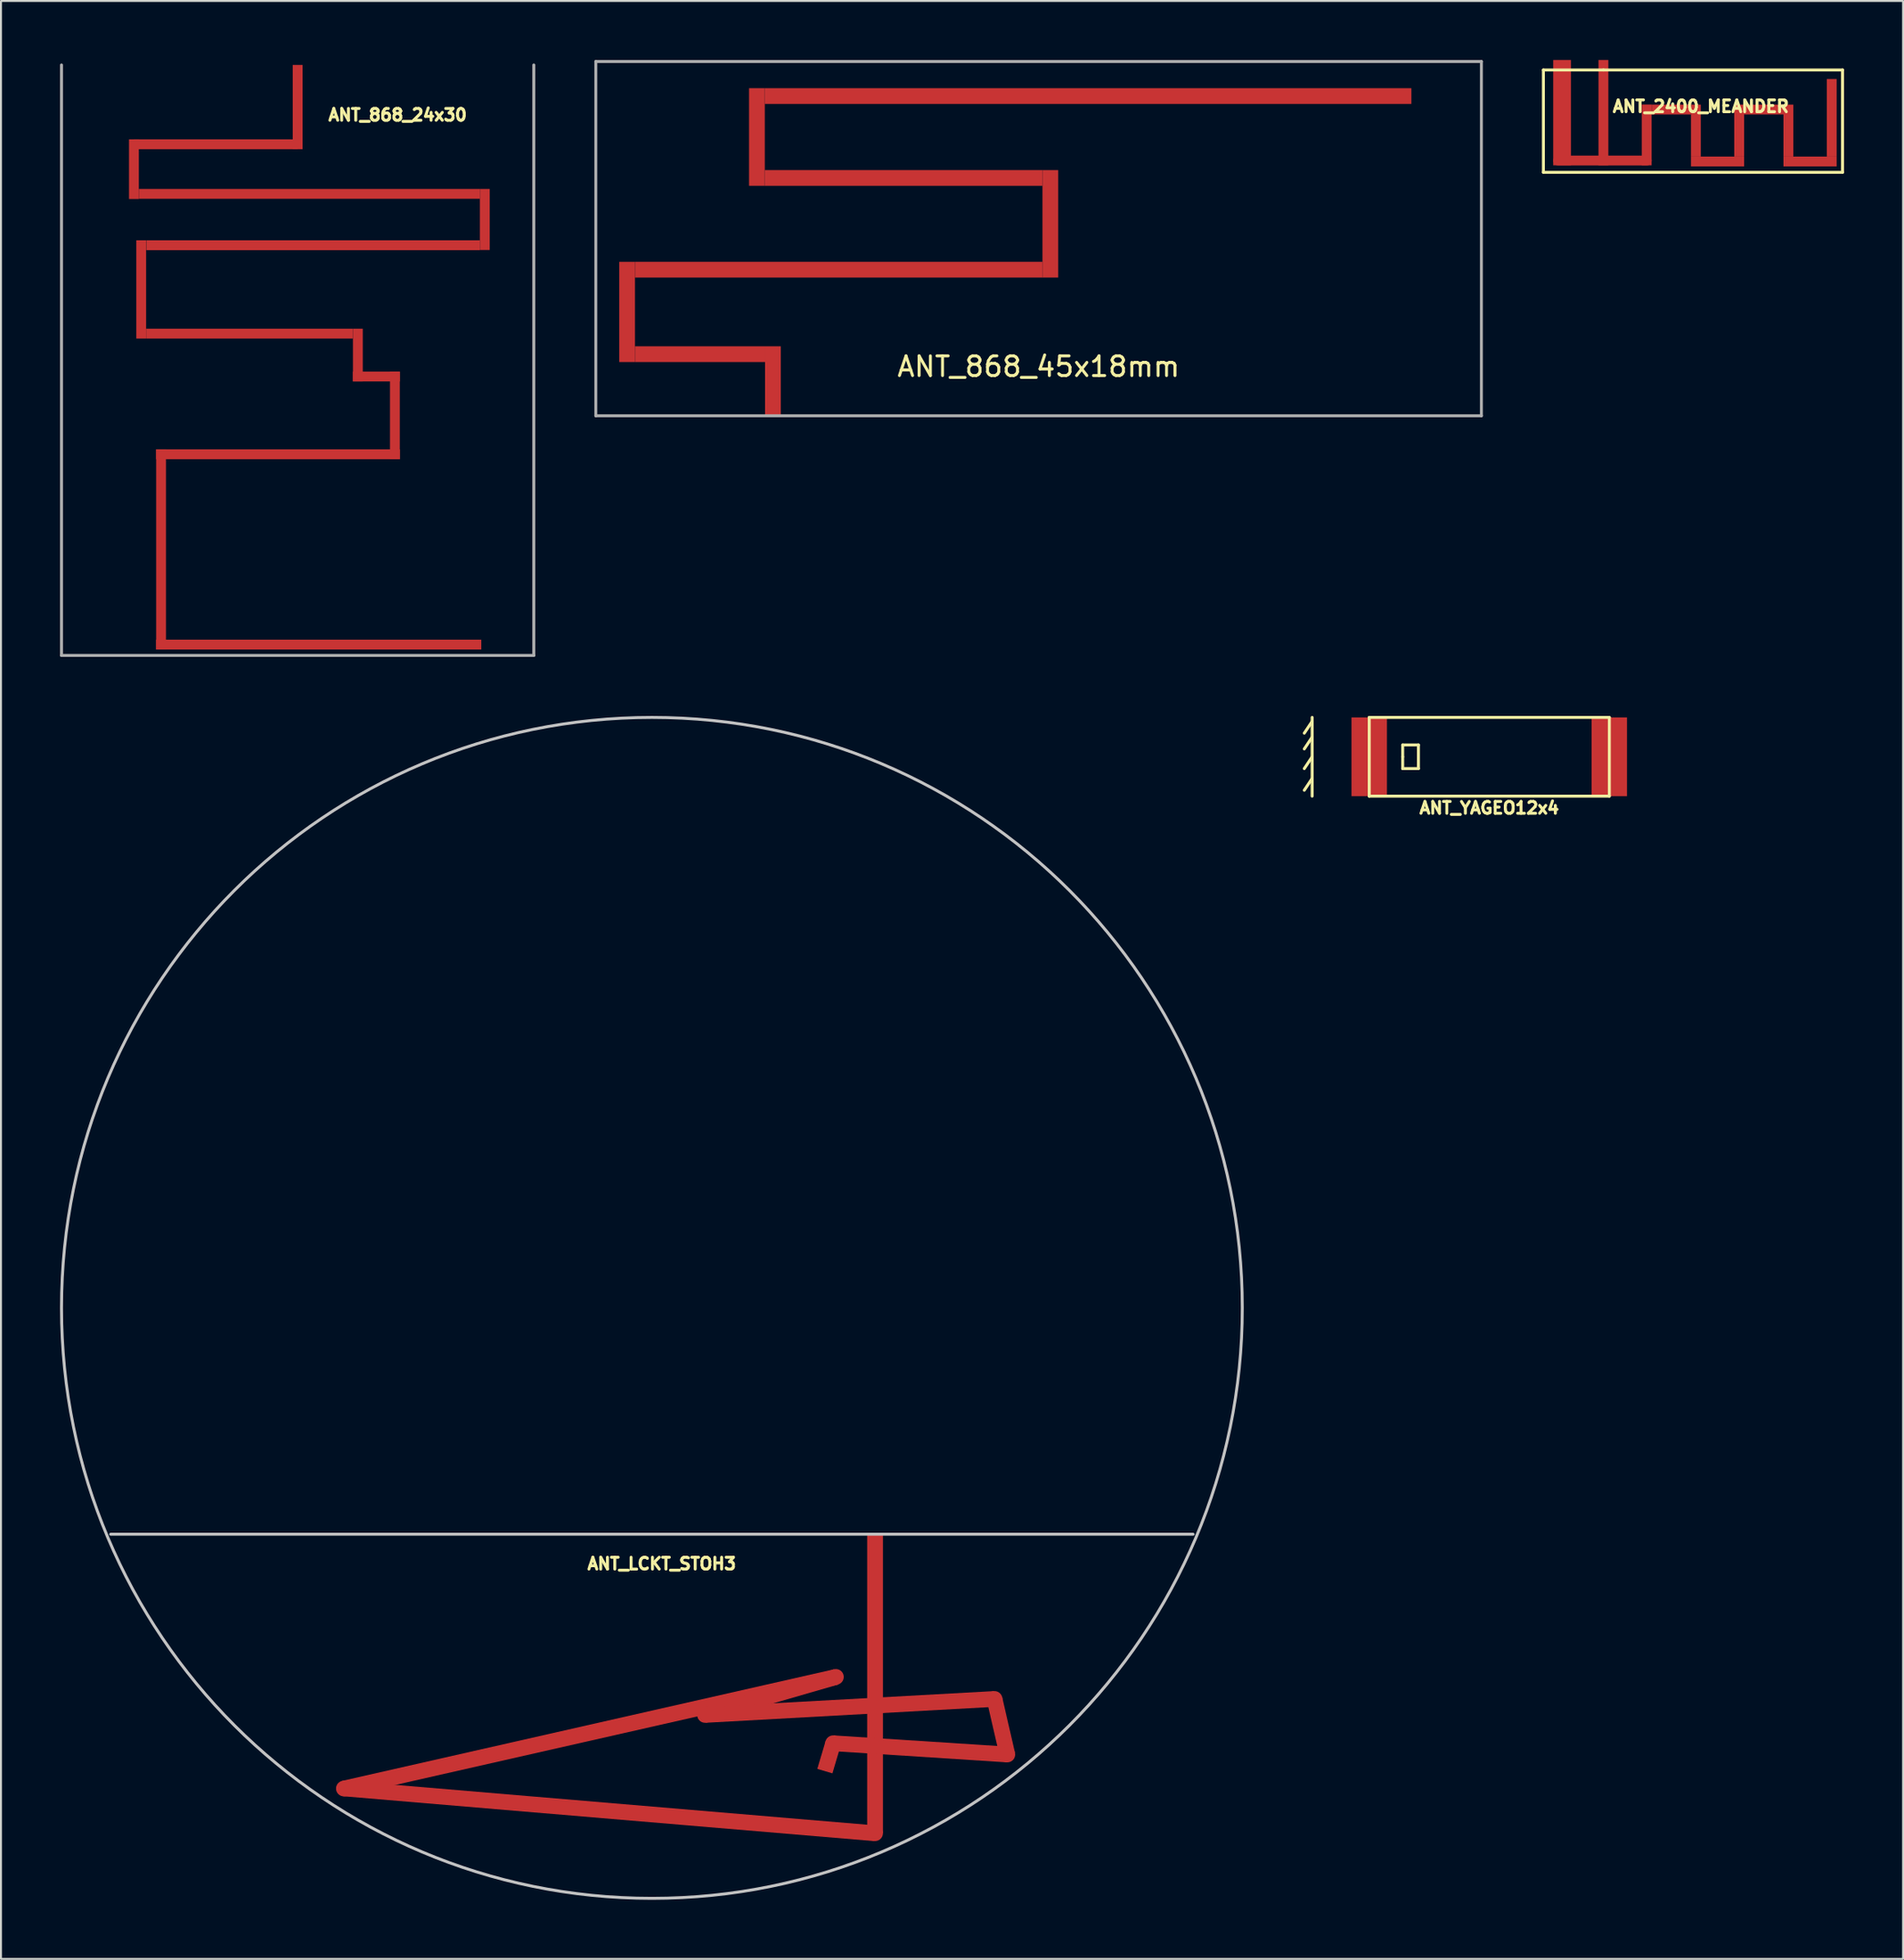
<source format=kicad_pcb>
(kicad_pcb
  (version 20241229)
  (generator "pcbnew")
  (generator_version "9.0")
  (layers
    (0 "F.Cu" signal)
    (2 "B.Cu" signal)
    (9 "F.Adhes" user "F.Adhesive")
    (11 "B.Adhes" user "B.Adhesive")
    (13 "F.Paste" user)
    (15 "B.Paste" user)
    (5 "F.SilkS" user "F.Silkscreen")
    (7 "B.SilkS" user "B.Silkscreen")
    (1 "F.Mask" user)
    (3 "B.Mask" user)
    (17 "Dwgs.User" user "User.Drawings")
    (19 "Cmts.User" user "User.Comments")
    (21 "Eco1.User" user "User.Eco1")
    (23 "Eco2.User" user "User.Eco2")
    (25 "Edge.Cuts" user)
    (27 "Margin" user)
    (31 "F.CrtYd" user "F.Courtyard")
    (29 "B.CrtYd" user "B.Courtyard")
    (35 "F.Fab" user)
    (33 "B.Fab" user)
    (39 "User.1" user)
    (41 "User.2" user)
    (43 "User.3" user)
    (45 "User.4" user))
  (footprint "ANT_2400_MEANDER"
    (layer "F.Cu")
    (at 78.425 0.505)
    (property "Reference" "ANT_2400_MEANDER" (at 4.95 1.85 0) (layer "F.SilkS") (effects (font (size 0.6 0.6) (thickness 0.15))))
    (attr through_hole)
    (fp_line (start -2.3 4.6) (end 2.2 4.6) (stroke (width 0.5) (type solid)) (layer "F.Cu"))
    (fp_line (start -3.05 0) (end -3.05 5.2) (stroke (width 0.15) (type solid)) (layer "F.SilkS"))
    (fp_line (start -3.05 0) (end 0 0) (stroke (width 0.15) (type solid)) (layer "F.SilkS"))
    (fp_line (start -3.05 5.2) (end 12.15 5.2) (stroke (width 0.15) (type solid)) (layer "F.SilkS"))
    (fp_line (start 0 0) (end 12.15 0) (stroke (width 0.15) (type solid)) (layer "F.SilkS"))
    (fp_line (start 12.15 5.2) (end 12.15 0) (stroke (width 0.15) (type solid)) (layer "F.SilkS"))
    (pad "1" smd rect (at 0 2.17) (size 0.5 5.35) (layers "F.Cu"))
    (pad "1" smd rect (at 2.2 3.3) (size 0.5 3.09) (layers "F.Cu"))
    (pad "1" smd rect (at 3.45 2.01) (size 2 0.5) (layers "F.Cu"))
    (pad "1" smd rect (at 4.7 3.08) (size 0.5 2.64) (layers "F.Cu"))
    (pad "1" smd rect (at 5.8 4.65) (size 2.7 0.5) (layers "F.Cu"))
    (pad "1" smd rect (at 6.9 3.08) (size 0.5 2.64) (layers "F.Cu"))
    (pad "1" smd rect (at 8.15 2.01) (size 2 0.5) (layers "F.Cu"))
    (pad "1" smd rect (at 9.4 3.08) (size 0.5 2.64) (layers "F.Cu"))
    (pad "1" smd rect (at 10.5 4.65) (size 2.7 0.5) (layers "F.Cu"))
    (pad "1" smd rect (at 11.6 2.43) (size 0.5 3.94) (layers "F.Cu"))
    (pad "2" smd rect (at -2.1 2.17) (size 0.9 5.35) (layers "F.Cu")))
  (footprint "ANT_868_45x18mm"
    (layer "F.Cu")
    (at 49.725 18.075)
    (property "Reference" "ANT_868_45x18mm" (at 0 -2.5 0) (layer "F.SilkS") (effects (font (size 1 1) (thickness 0.15))))
    (attr through_hole)
    (fp_line (start -22.5 -18) (end -22.5 0) (stroke (width 0.15) (type solid)) (layer "F.Fab"))
    (fp_line (start -22.5 0) (end 22.5 0) (stroke (width 0.15) (type solid)) (layer "F.Fab"))
    (fp_line (start 22.5 -18) (end -22.5 -18) (stroke (width 0.15) (type solid)) (layer "F.Fab"))
    (fp_line (start 22.5 0) (end 22.5 -18) (stroke (width 0.15) (type solid)) (layer "F.Fab"))
    (pad "1" smd rect (at -20.91 -5.276) (size 0.8 5.091) (layers "F.Cu"))
    (pad "1" smd rect (at -17.205 -3.13) (size 6.61 0.8) (layers "F.Cu"))
    (pad "1" smd rect (at -14.314 -14.165) (size 0.8 4.961) (layers "F.Cu"))
    (pad "1" smd rect (at -13.5 -1.765) (size 0.8 3.53) (layers "F.Cu"))
    (pad "1" smd rect (at -10.155 -7.423) (size 20.71 0.8) (layers "F.Cu"))
    (pad "1" smd rect (at -6.859 -12.084) (size 14.11 0.8) (layers "F.Cu"))
    (pad "1" smd rect (at 0.596 -9.753) (size 0.8 5.46) (layers "F.Cu"))
    (pad "1" smd rect (at 2.514 -16.245) (size 32.857 0.8) (layers "F.Cu")))
  (footprint "ANT_868_24x30"
    (layer "F.Cu")
    (at 12.075 0.25)
    (property "Reference" "ANT_868_24x30" (at 5.08 2.54 0) (layer "F.SilkS") (effects (font (size 0.6 0.6) (thickness 0.15))))
    (attr through_hole)
    (fp_line (start -12 30) (end -12 0) (stroke (width 0.15) (type solid)) (layer "F.Fab"))
    (fp_line (start 12 0) (end 12 30) (stroke (width 0.15) (type solid)) (layer "F.Fab"))
    (fp_line (start 12 30) (end -12 30) (stroke (width 0.15) (type solid)) (layer "F.Fab"))
    (pad "1" smd rect (at -8.32 5.295) (size 0.5 3.03) (layers "F.Cu"))
    (pad "1" smd rect (at -7.95 11.405) (size 0.5 4.99) (layers "F.Cu"))
    (pad "1" smd rect (at -6.94 24.615) (size 0.5 10.17) (layers "F.Cu"))
    (pad "1" smd rect (at -4.16 4.03) (size 8.32 0.5) (layers "F.Cu"))
    (pad "1" smd rect (at -2.445 13.65) (size 10.51 0.5) (layers "F.Cu"))
    (pad "1" smd rect (at -1 19.78) (size 12.38 0.5) (layers "F.Cu"))
    (pad "1" smd rect (at 0 2.14) (size 0.5 4.28) (layers "F.Cu"))
    (pad "1" smd rect (at 0.595 6.55) (size 17.33 0.5) (layers "F.Cu"))
    (pad "1" smd rect (at 0.785 9.16) (size 16.95 0.5) (layers "F.Cu"))
    (pad "1" smd rect (at 1.07 29.45) (size 16.52 0.5) (layers "F.Cu"))
    (pad "1" smd rect (at 3.06 14.74) (size 0.5 2.68) (layers "F.Cu"))
    (pad "1" smd rect (at 4 15.83) (size 2.38 0.5) (layers "F.Cu"))
    (pad "1" smd rect (at 4.94 17.805) (size 0.5 4.45) (layers "F.Cu"))
    (pad "1" smd rect (at 9.51 7.85) (size 0.5 3.1) (layers "F.Cu")))
  (footprint "ANT_LCKT_STOH3"
    (layer "F.Cu")
    (at 30.075 74.9)
    (property "Reference" "ANT_LCKT_STOH3" (at 0.5 1.5 0) (layer "F.SilkS") (effects (font (size 0.6 0.6) (thickness 0.15))))
    (attr through_hole)
    (fp_line (start 27.5 0) (end -27.5 0) (stroke (width 0.15) (type solid)) (layer "Dwgs.User"))
    (fp_circle (center 0 -11.5) (end 0 18.5) (stroke (width 0.15) (type solid)) (fill no) (layer "Dwgs.User"))
    (pad "1" smd circle (at -15.65 12.92 70.71) (size 0.8 0.8) (layers "F.Cu"))
    (pad "1" smd rect (at -3.15 10.085 12.779) (size 25.63 0.8) (layers "F.Cu"))
    (pad "1" smd rect (at -2.155 14.055 355.171) (size 27.09 0.8) (layers "F.Cu"))
    (pad "1" smd circle (at 2.7 9.18 70.71) (size 0.8 0.8) (layers "F.Cu"))
    (pad "1" smd rect (at 6.025 8.215 16.105) (size 6.92 0.8) (layers "F.Cu"))
    (pad "1" smd rect (at 9 11.325 73.523) (size 1.48 0.8) (layers "F.Cu"))
    (pad "1" smd circle (at 9.21 10.62 70.71) (size 0.8 0.8) (layers "F.Cu"))
    (pad "1" smd circle (at 9.35 7.25 70.71) (size 0.8 0.8) (layers "F.Cu"))
    (pad "1" smd rect (at 10.055 8.775 3.154) (size 14.72 0.8) (layers "F.Cu"))
    (pad "1" smd rect (at 11.34 7.595) (size 0.8 15.19) (layers "F.Cu"))
    (pad "1" smd circle (at 11.34 15.19 70.71) (size 0.8 0.8) (layers "F.Cu"))
    (pad "1" smd rect (at 13.635 10.905 356.311) (size 8.86 0.8) (layers "F.Cu"))
    (pad "1" smd circle (at 17.41 8.37 70.71) (size 0.8 0.8) (layers "F.Cu"))
    (pad "1" smd rect (at 17.735 9.78 282.98) (size 2.89 0.8) (layers "F.Cu"))
    (pad "1" smd circle (at 18.06 11.19 70.71) (size 0.8 0.8) (layers "F.Cu")))
  (footprint "ANT_YAGEO12x4"
    (layer "F.Cu")
    (at 72.625 35.4)
    (property "Reference" "ANT_YAGEO12x4" (at 0 2.6 0) (layer "F.SilkS") (effects (font (size 0.6 0.6) (thickness 0.15))))
    (attr through_hole)
    (fp_line (start -9 -2) (end -9 2) (stroke (width 0.15) (type solid)) (layer "F.SilkS"))
    (fp_line (start -9 -1.8) (end -9.4 -1.2) (stroke (width 0.15) (type solid)) (layer "F.SilkS"))
    (fp_line (start -9 -1) (end -9.4 -0.4) (stroke (width 0.15) (type solid)) (layer "F.SilkS"))
    (fp_line (start -9 0) (end -9.4 0.6) (stroke (width 0.15) (type solid)) (layer "F.SilkS"))
    (fp_line (start -9 1.1) (end -9.4 1.7) (stroke (width 0.15) (type solid)) (layer "F.SilkS"))
    (fp_line (start -6.1 -2) (end 6.1 -2) (stroke (width 0.15) (type solid)) (layer "F.SilkS"))
    (fp_line (start -6.1 2) (end -6.1 -2) (stroke (width 0.15) (type solid)) (layer "F.SilkS"))
    (fp_line (start -4.4 -0.6) (end -3.6 -0.6) (stroke (width 0.15) (type solid)) (layer "F.SilkS"))
    (fp_line (start -4.4 0) (end -4.4 -0.6) (stroke (width 0.15) (type solid)) (layer "F.SilkS"))
    (fp_line (start -4.4 0.6) (end -4.4 0) (stroke (width 0.15) (type solid)) (layer "F.SilkS"))
    (fp_line (start -3.6 -0.6) (end -3.6 0.6) (stroke (width 0.15) (type solid)) (layer "F.SilkS"))
    (fp_line (start -3.6 0.6) (end -4.4 0.6) (stroke (width 0.15) (type solid)) (layer "F.SilkS"))
    (fp_line (start 6.1 -2) (end 6.1 2) (stroke (width 0.15) (type solid)) (layer "F.SilkS"))
    (fp_line (start 6.1 2) (end -6.1 2) (stroke (width 0.15) (type solid)) (layer "F.SilkS"))
    (pad "1" smd rect (at -6.1 0) (size 1.8 4) (layers "F.Cu" "F.Mask" "F.Paste"))
    (pad "2" smd rect (at 6.1 0) (size 1.8 4) (layers "F.Cu" "F.Mask" "F.Paste")))
  (gr_rect
    (start -3 -3)
    (end 93.65 96.475)
    (stroke (width 0.1) (type default))
    (fill no)
    (layer "Edge.Cuts")))
</source>
